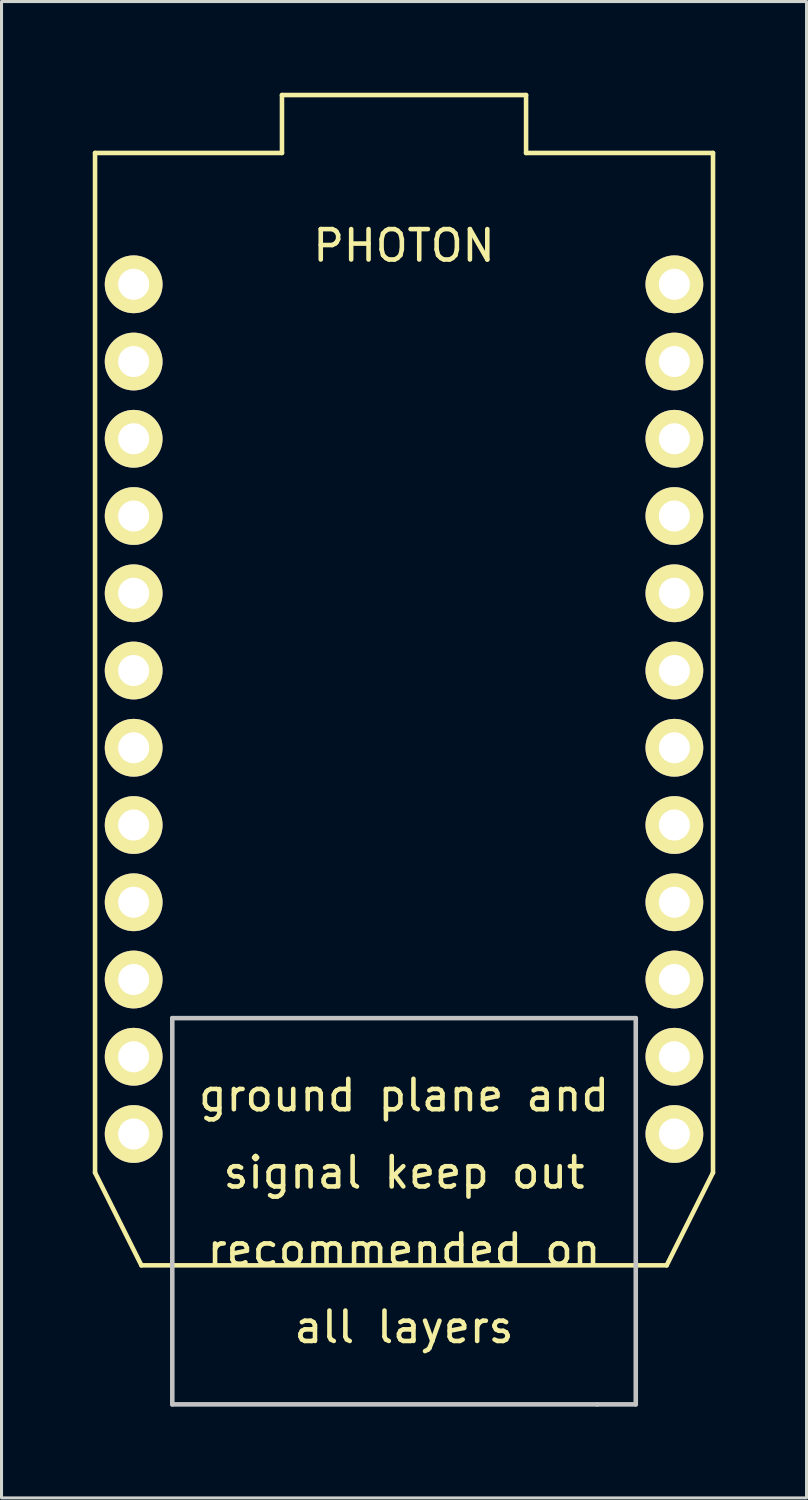
<source format=kicad_pcb>
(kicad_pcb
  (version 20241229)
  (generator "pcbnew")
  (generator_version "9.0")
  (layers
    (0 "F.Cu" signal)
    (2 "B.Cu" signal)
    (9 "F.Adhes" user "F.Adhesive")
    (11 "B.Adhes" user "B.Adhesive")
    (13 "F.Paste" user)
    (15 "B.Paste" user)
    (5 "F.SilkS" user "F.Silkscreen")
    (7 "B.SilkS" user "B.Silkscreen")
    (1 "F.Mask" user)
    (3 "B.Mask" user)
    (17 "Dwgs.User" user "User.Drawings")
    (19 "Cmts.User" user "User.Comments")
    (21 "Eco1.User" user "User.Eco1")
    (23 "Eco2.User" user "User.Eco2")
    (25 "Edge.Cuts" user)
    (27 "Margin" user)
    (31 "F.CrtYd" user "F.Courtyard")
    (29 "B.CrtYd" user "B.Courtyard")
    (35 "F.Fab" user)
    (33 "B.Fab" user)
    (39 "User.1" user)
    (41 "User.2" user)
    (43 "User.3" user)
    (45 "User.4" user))
  (footprint "PHOTON"
    (layer "F.Cu")
    (at 10.235 21.538)
    (property "Reference" "PHOTON" (at 0 -16.51 0) (layer "F.SilkS") (effects (font (size 1 1) (thickness 0.15))))
    (attr through_hole)
    (fp_line (start -10.16 -19.558) (end -10.16 13.97) (stroke (width 0.15) (type solid)) (layer "F.SilkS"))
    (fp_line (start -10.16 13.97) (end -8.636 17.018) (stroke (width 0.15) (type solid)) (layer "F.SilkS"))
    (fp_line (start -8.636 17.018) (end 8.636 17.018) (stroke (width 0.15) (type solid)) (layer "F.SilkS"))
    (fp_line (start -4.013 -21.463) (end -4.013 -19.558) (stroke (width 0.15) (type solid)) (layer "F.SilkS"))
    (fp_line (start -4.013 -21.463) (end 4.013 -21.463) (stroke (width 0.15) (type solid)) (layer "F.SilkS"))
    (fp_line (start -4.013 -19.558) (end -10.16 -19.558) (stroke (width 0.15) (type solid)) (layer "F.SilkS"))
    (fp_line (start 4.013 -21.463) (end 4.013 -19.558) (stroke (width 0.15) (type solid)) (layer "F.SilkS"))
    (fp_line (start 4.013 -19.558) (end 10.16 -19.558) (stroke (width 0.15) (type solid)) (layer "F.SilkS"))
    (fp_line (start 10.16 -19.558) (end 10.16 13.97) (stroke (width 0.15) (type solid)) (layer "F.SilkS"))
    (fp_line (start 10.16 13.97) (end 8.636 17.018) (stroke (width 0.15) (type solid)) (layer "F.SilkS"))
    (fp_line (start -7.62 21.59) (end -7.62 8.89) (stroke (width 0.15) (type solid)) (layer "Dwgs.User"))
    (fp_line (start 6.35 21.59) (end -7.62 21.59) (stroke (width 0.15) (type solid)) (layer "Dwgs.User"))
    (fp_line (start 6.35 21.59) (end 7.62 21.59) (stroke (width 0.15) (type solid)) (layer "Dwgs.User"))
    (fp_line (start 7.62 8.89) (end -7.62 8.89) (stroke (width 0.15) (type solid)) (layer "Dwgs.User"))
    (fp_line (start 7.62 21.59) (end 7.62 8.89) (stroke (width 0.15) (type solid)) (layer "Dwgs.User"))
    (fp_text user "recommended on" (at 0 16.51 0) (layer "F.SilkS") (effects (font (size 1 1) (thickness 0.15))))
    (fp_text user "ground plane and" (at 0 11.43 0) (layer "F.SilkS") (effects (font (size 1 1) (thickness 0.15))))
    (fp_text user "signal keep out" (at 0 13.97 0) (layer "F.SilkS") (effects (font (size 1 1) (thickness 0.15))))
    (fp_text user "all layers" (at 0 19.05 0) (layer "F.SilkS") (effects (font (size 1 1) (thickness 0.15))))
    (pad "1" thru_hole circle (at -8.89 -15.24) (size 1.9 1.9) (drill 1.02) (layers "*.Cu" "*.Mask" "F.SilkS"))
    (pad "2" thru_hole circle (at -8.89 -12.7) (size 1.9 1.9) (drill 1.02) (layers "*.Cu" "*.Mask" "F.SilkS"))
    (pad "3" thru_hole circle (at -8.89 -10.16) (size 1.9 1.9) (drill 1.02) (layers "*.Cu" "*.Mask" "F.SilkS"))
    (pad "4" thru_hole circle (at -8.89 -7.62) (size 1.9 1.9) (drill 1.02) (layers "*.Cu" "*.Mask" "F.SilkS"))
    (pad "5" thru_hole circle (at -8.89 -5.08) (size 1.9 1.9) (drill 1.02) (layers "*.Cu" "*.Mask" "F.SilkS"))
    (pad "6" thru_hole circle (at -8.89 -2.54) (size 1.9 1.9) (drill 1.02) (layers "*.Cu" "*.Mask" "F.SilkS"))
    (pad "7" thru_hole circle (at -8.89 0) (size 1.9 1.9) (drill 1.02) (layers "*.Cu" "*.Mask" "F.SilkS"))
    (pad "8" thru_hole circle (at -8.89 2.54) (size 1.9 1.9) (drill 1.02) (layers "*.Cu" "*.Mask" "F.SilkS"))
    (pad "9" thru_hole circle (at -8.89 5.08) (size 1.9 1.9) (drill 1.02) (layers "*.Cu" "*.Mask" "F.SilkS"))
    (pad "10" thru_hole circle (at -8.89 7.62) (size 1.9 1.9) (drill 1.02) (layers "*.Cu" "*.Mask" "F.SilkS"))
    (pad "11" thru_hole circle (at -8.89 10.16) (size 1.9 1.9) (drill 1.02) (layers "*.Cu" "*.Mask" "F.SilkS"))
    (pad "12" thru_hole circle (at -8.89 12.7) (size 1.9 1.9) (drill 1.02) (layers "*.Cu" "*.Mask" "F.SilkS"))
    (pad "13" thru_hole circle (at 8.89 12.7) (size 1.9 1.9) (drill 1.02) (layers "*.Cu" "*.Mask" "F.SilkS"))
    (pad "14" thru_hole circle (at 8.89 10.16) (size 1.9 1.9) (drill 1.02) (layers "*.Cu" "*.Mask" "F.SilkS"))
    (pad "15" thru_hole circle (at 8.89 7.62) (size 1.9 1.9) (drill 1.02) (layers "*.Cu" "*.Mask" "F.SilkS"))
    (pad "16" thru_hole circle (at 8.89 5.08) (size 1.9 1.9) (drill 1.02) (layers "*.Cu" "*.Mask" "F.SilkS"))
    (pad "17" thru_hole circle (at 8.89 2.54) (size 1.9 1.9) (drill 1.02) (layers "*.Cu" "*.Mask" "F.SilkS"))
    (pad "18" thru_hole circle (at 8.89 0) (size 1.9 1.9) (drill 1.02) (layers "*.Cu" "*.Mask" "F.SilkS"))
    (pad "19" thru_hole circle (at 8.89 -2.54) (size 1.9 1.9) (drill 1.02) (layers "*.Cu" "*.Mask" "F.SilkS"))
    (pad "20" thru_hole circle (at 8.89 -5.08) (size 1.9 1.9) (drill 1.02) (layers "*.Cu" "*.Mask" "F.SilkS"))
    (pad "21" thru_hole circle (at 8.89 -7.62) (size 1.9 1.9) (drill 1.02) (layers "*.Cu" "*.Mask" "F.SilkS"))
    (pad "22" thru_hole circle (at 8.89 -10.16) (size 1.9 1.9) (drill 1.02) (layers "*.Cu" "*.Mask" "F.SilkS"))
    (pad "23" thru_hole circle (at 8.89 -12.7) (size 1.9 1.9) (drill 1.02) (layers "*.Cu" "*.Mask" "F.SilkS"))
    (pad "24" thru_hole circle (at 8.89 -15.24) (size 1.9 1.9) (drill 1.02) (layers "*.Cu" "*.Mask" "F.SilkS")))
  (gr_rect
    (start -3 -3)
    (end 23.47 46.203)
    (stroke (width 0.1) (type default))
    (fill no)
    (layer "Edge.Cuts")))
</source>
